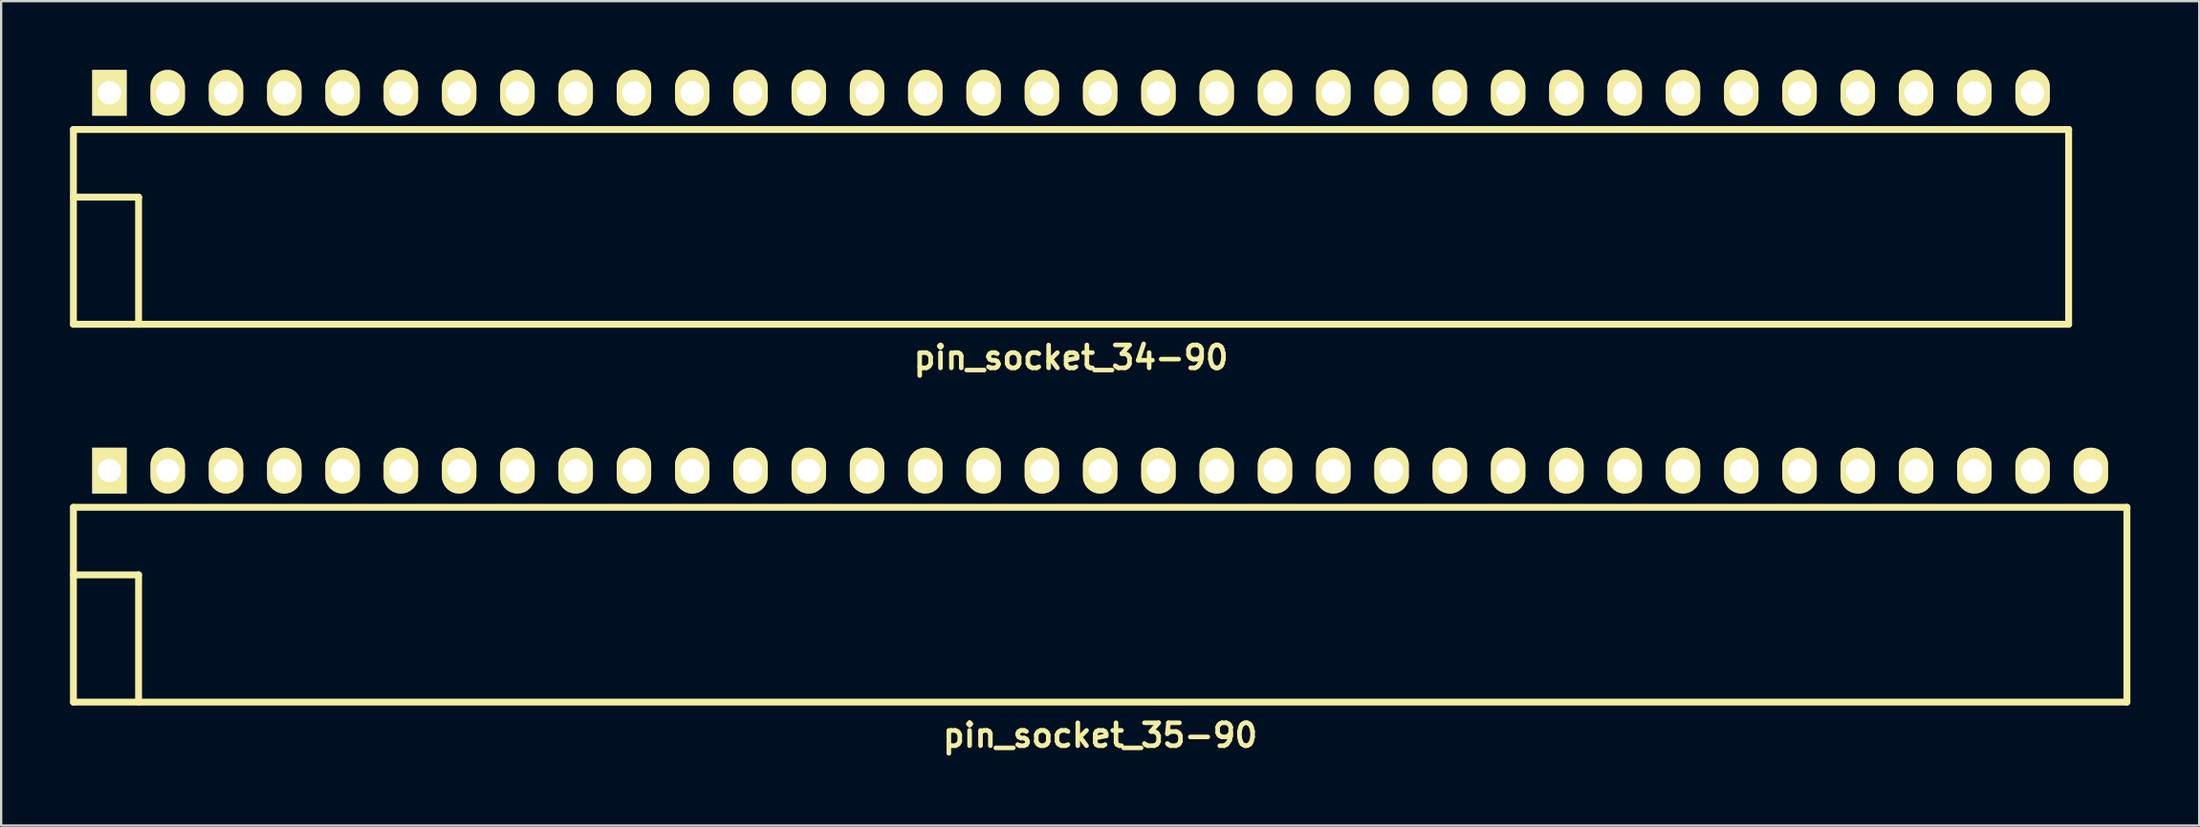
<source format=kicad_pcb>
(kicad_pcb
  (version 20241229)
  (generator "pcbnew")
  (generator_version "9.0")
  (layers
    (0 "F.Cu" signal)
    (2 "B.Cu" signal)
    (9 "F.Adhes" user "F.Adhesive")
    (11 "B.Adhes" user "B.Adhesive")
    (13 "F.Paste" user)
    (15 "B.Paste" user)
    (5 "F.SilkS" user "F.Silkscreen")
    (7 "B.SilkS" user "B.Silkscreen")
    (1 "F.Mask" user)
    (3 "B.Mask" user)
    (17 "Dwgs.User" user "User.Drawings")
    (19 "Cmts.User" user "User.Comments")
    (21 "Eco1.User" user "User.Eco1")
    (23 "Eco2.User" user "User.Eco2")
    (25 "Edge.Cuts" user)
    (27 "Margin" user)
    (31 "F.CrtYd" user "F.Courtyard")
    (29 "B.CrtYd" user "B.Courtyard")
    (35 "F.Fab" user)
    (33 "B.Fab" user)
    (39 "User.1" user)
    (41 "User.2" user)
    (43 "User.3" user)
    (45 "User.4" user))
  (footprint "pin_socket_34-90"
    (layer "F.Cu")
    (at 43.63 5.55)
    (property "Reference" "pin_socket_34-90" (at 0 7 0) (layer "F.SilkS") (effects (font (size 1 1) (thickness 0.2))))
    (attr through_hole)
    (fp_line (start -43.48 -2.95) (end -43.48 5.55) (stroke (width 0.3) (type solid)) (layer "F.SilkS"))
    (fp_line (start -43.48 -2.95) (end 43.48 -2.95) (stroke (width 0.3) (type solid)) (layer "F.SilkS"))
    (fp_line (start -43.48 0) (end -40.64 0) (stroke (width 0.3) (type solid)) (layer "F.SilkS"))
    (fp_line (start -43.48 5.55) (end 43.48 5.55) (stroke (width 0.3) (type solid)) (layer "F.SilkS"))
    (fp_line (start -40.64 0) (end -40.64 5.55) (stroke (width 0.3) (type solid)) (layer "F.SilkS"))
    (fp_line (start 43.48 -2.95) (end 43.48 5.55) (stroke (width 0.3) (type solid)) (layer "F.SilkS"))
    (pad "1" thru_hole rect (at -41.91 -4.55) (size 1.5 2) (drill 1.02) (layers "*.Cu" "*.Mask" "F.SilkS"))
    (pad "2" thru_hole oval (at -39.37 -4.55) (size 1.5 2) (drill 1.02) (layers "*.Cu" "*.Mask" "F.SilkS"))
    (pad "3" thru_hole oval (at -36.83 -4.55) (size 1.5 2) (drill 1.02) (layers "*.Cu" "*.Mask" "F.SilkS"))
    (pad "4" thru_hole oval (at -34.29 -4.55) (size 1.5 2) (drill 1.02) (layers "*.Cu" "*.Mask" "F.SilkS"))
    (pad "5" thru_hole oval (at -31.75 -4.55) (size 1.5 2) (drill 1.02) (layers "*.Cu" "*.Mask" "F.SilkS"))
    (pad "6" thru_hole oval (at -29.21 -4.55) (size 1.5 2) (drill 1.02) (layers "*.Cu" "*.Mask" "F.SilkS"))
    (pad "7" thru_hole oval (at -26.67 -4.55) (size 1.5 2) (drill 1.02) (layers "*.Cu" "*.Mask" "F.SilkS"))
    (pad "8" thru_hole oval (at -24.13 -4.55) (size 1.5 2) (drill 1.02) (layers "*.Cu" "*.Mask" "F.SilkS"))
    (pad "9" thru_hole oval (at -21.59 -4.55) (size 1.5 2) (drill 1.02) (layers "*.Cu" "*.Mask" "F.SilkS"))
    (pad "10" thru_hole oval (at -19.05 -4.55) (size 1.5 2) (drill 1.02) (layers "*.Cu" "*.Mask" "F.SilkS"))
    (pad "12" thru_hole oval (at -13.97 -4.55) (size 1.5 2) (drill 1.02) (layers "*.Cu" "*.Mask" "F.SilkS"))
    (pad "13" thru_hole oval (at -11.43 -4.55) (size 1.5 2) (drill 1.02) (layers "*.Cu" "*.Mask" "F.SilkS"))
    (pad "14" thru_hole oval (at -8.89 -4.55) (size 1.5 2) (drill 1.02) (layers "*.Cu" "*.Mask" "F.SilkS"))
    (pad "15" thru_hole oval (at -6.35 -4.55) (size 1.5 2) (drill 1.02) (layers "*.Cu" "*.Mask" "F.SilkS"))
    (pad "16" thru_hole oval (at -3.81 -4.55) (size 1.5 2) (drill 1.02) (layers "*.Cu" "*.Mask" "F.SilkS"))
    (pad "17" thru_hole oval (at -1.27 -4.55) (size 1.5 2) (drill 1.02) (layers "*.Cu" "*.Mask" "F.SilkS"))
    (pad "18" thru_hole oval (at 1.27 -4.55) (size 1.5 2) (drill 1.02) (layers "*.Cu" "*.Mask" "F.SilkS"))
    (pad "19" thru_hole oval (at 3.81 -4.55) (size 1.5 2) (drill 1.02) (layers "*.Cu" "*.Mask" "F.SilkS"))
    (pad "20" thru_hole oval (at 6.35 -4.55) (size 1.5 2) (drill 1.02) (layers "*.Cu" "*.Mask" "F.SilkS"))
    (pad "21" thru_hole oval (at 8.89 -4.55) (size 1.5 2) (drill 1.02) (layers "*.Cu" "*.Mask" "F.SilkS"))
    (pad "22" thru_hole oval (at 11.43 -4.55) (size 1.5 2) (drill 1.02) (layers "*.Cu" "*.Mask" "F.SilkS"))
    (pad "23" thru_hole oval (at 13.97 -4.55) (size 1.5 2) (drill 1.02) (layers "*.Cu" "*.Mask" "F.SilkS"))
    (pad "24" thru_hole oval (at 16.51 -4.55) (size 1.5 2) (drill 1.02) (layers "*.Cu" "*.Mask" "F.SilkS"))
    (pad "25" thru_hole oval (at 19.05 -4.55) (size 1.5 2) (drill 1.02) (layers "*.Cu" "*.Mask" "F.SilkS"))
    (pad "26" thru_hole oval (at 21.59 -4.55) (size 1.5 2) (drill 1.02) (layers "*.Cu" "*.Mask" "F.SilkS"))
    (pad "27" thru_hole oval (at 24.13 -4.55) (size 1.5 2) (drill 1.02) (layers "*.Cu" "*.Mask" "F.SilkS"))
    (pad "28" thru_hole oval (at 26.67 -4.55) (size 1.5 2) (drill 1.02) (layers "*.Cu" "*.Mask" "F.SilkS"))
    (pad "29" thru_hole oval (at 29.21 -4.55) (size 1.5 2) (drill 1.02) (layers "*.Cu" "*.Mask" "F.SilkS"))
    (pad "30" thru_hole oval (at 31.75 -4.55) (size 1.5 2) (drill 1.02) (layers "*.Cu" "*.Mask" "F.SilkS"))
    (pad "31" thru_hole oval (at 34.29 -4.55) (size 1.5 2) (drill 1.02) (layers "*.Cu" "*.Mask" "F.SilkS"))
    (pad "32" thru_hole oval (at 36.83 -4.55) (size 1.5 2) (drill 1.02) (layers "*.Cu" "*.Mask" "F.SilkS"))
    (pad "33" thru_hole oval (at 39.37 -4.55) (size 1.5 2) (drill 1.02) (layers "*.Cu" "*.Mask" "F.SilkS"))
    (pad "34" thru_hole oval (at 41.91 -4.55) (size 1.5 2) (drill 1.02) (layers "*.Cu" "*.Mask" "F.SilkS"))
    (pad "1121" thru_hole oval (at -16.51 -4.55) (size 1.5 2) (drill 1.02) (layers "*.Cu" "*.Mask" "F.SilkS")))
  (footprint "pin_socket_35-90"
    (layer "F.Cu")
    (at 44.9 22.036)
    (property "Reference" "pin_socket_35-90" (at 0 7 0) (layer "F.SilkS") (effects (font (size 1 1) (thickness 0.2))))
    (attr through_hole)
    (fp_line (start -44.75 -2.95) (end -44.75 5.55) (stroke (width 0.3) (type solid)) (layer "F.SilkS"))
    (fp_line (start -44.75 -2.95) (end 44.75 -2.95) (stroke (width 0.3) (type solid)) (layer "F.SilkS"))
    (fp_line (start -44.75 0) (end -41.91 0) (stroke (width 0.3) (type solid)) (layer "F.SilkS"))
    (fp_line (start -44.75 5.55) (end 44.75 5.55) (stroke (width 0.3) (type solid)) (layer "F.SilkS"))
    (fp_line (start -41.91 0) (end -41.91 5.55) (stroke (width 0.3) (type solid)) (layer "F.SilkS"))
    (fp_line (start 44.75 -2.95) (end 44.75 5.55) (stroke (width 0.3) (type solid)) (layer "F.SilkS"))
    (pad "1" thru_hole rect (at -43.18 -4.55) (size 1.5 2) (drill 1.02) (layers "*.Cu" "*.Mask" "F.SilkS"))
    (pad "2" thru_hole oval (at -40.64 -4.55) (size 1.5 2) (drill 1.02) (layers "*.Cu" "*.Mask" "F.SilkS"))
    (pad "3" thru_hole oval (at -38.1 -4.55) (size 1.5 2) (drill 1.02) (layers "*.Cu" "*.Mask" "F.SilkS"))
    (pad "4" thru_hole oval (at -35.56 -4.55) (size 1.5 2) (drill 1.02) (layers "*.Cu" "*.Mask" "F.SilkS"))
    (pad "5" thru_hole oval (at -33.02 -4.55) (size 1.5 2) (drill 1.02) (layers "*.Cu" "*.Mask" "F.SilkS"))
    (pad "6" thru_hole oval (at -30.48 -4.55) (size 1.5 2) (drill 1.02) (layers "*.Cu" "*.Mask" "F.SilkS"))
    (pad "7" thru_hole oval (at -27.94 -4.55) (size 1.5 2) (drill 1.02) (layers "*.Cu" "*.Mask" "F.SilkS"))
    (pad "8" thru_hole oval (at -25.4 -4.55) (size 1.5 2) (drill 1.02) (layers "*.Cu" "*.Mask" "F.SilkS"))
    (pad "9" thru_hole oval (at -22.86 -4.55) (size 1.5 2) (drill 1.02) (layers "*.Cu" "*.Mask" "F.SilkS"))
    (pad "10" thru_hole oval (at -20.32 -4.55) (size 1.5 2) (drill 1.02) (layers "*.Cu" "*.Mask" "F.SilkS"))
    (pad "12" thru_hole oval (at -15.24 -4.55) (size 1.5 2) (drill 1.02) (layers "*.Cu" "*.Mask" "F.SilkS"))
    (pad "13" thru_hole oval (at -12.7 -4.55) (size 1.5 2) (drill 1.02) (layers "*.Cu" "*.Mask" "F.SilkS"))
    (pad "14" thru_hole oval (at -10.16 -4.55) (size 1.5 2) (drill 1.02) (layers "*.Cu" "*.Mask" "F.SilkS"))
    (pad "15" thru_hole oval (at -7.62 -4.55) (size 1.5 2) (drill 1.02) (layers "*.Cu" "*.Mask" "F.SilkS"))
    (pad "16" thru_hole oval (at -5.08 -4.55) (size 1.5 2) (drill 1.02) (layers "*.Cu" "*.Mask" "F.SilkS"))
    (pad "17" thru_hole oval (at -2.54 -4.55) (size 1.5 2) (drill 1.02) (layers "*.Cu" "*.Mask" "F.SilkS"))
    (pad "18" thru_hole oval (at 0 -4.55) (size 1.5 2) (drill 1.02) (layers "*.Cu" "*.Mask" "F.SilkS"))
    (pad "19" thru_hole oval (at 2.54 -4.55) (size 1.5 2) (drill 1.02) (layers "*.Cu" "*.Mask" "F.SilkS"))
    (pad "20" thru_hole oval (at 5.08 -4.55) (size 1.5 2) (drill 1.02) (layers "*.Cu" "*.Mask" "F.SilkS"))
    (pad "21" thru_hole oval (at 7.62 -4.55) (size 1.5 2) (drill 1.02) (layers "*.Cu" "*.Mask" "F.SilkS"))
    (pad "22" thru_hole oval (at 10.16 -4.55) (size 1.5 2) (drill 1.02) (layers "*.Cu" "*.Mask" "F.SilkS"))
    (pad "23" thru_hole oval (at 12.7 -4.55) (size 1.5 2) (drill 1.02) (layers "*.Cu" "*.Mask" "F.SilkS"))
    (pad "24" thru_hole oval (at 15.24 -4.55) (size 1.5 2) (drill 1.02) (layers "*.Cu" "*.Mask" "F.SilkS"))
    (pad "25" thru_hole oval (at 17.78 -4.55) (size 1.5 2) (drill 1.02) (layers "*.Cu" "*.Mask" "F.SilkS"))
    (pad "26" thru_hole oval (at 20.32 -4.55) (size 1.5 2) (drill 1.02) (layers "*.Cu" "*.Mask" "F.SilkS"))
    (pad "27" thru_hole oval (at 22.86 -4.55) (size 1.5 2) (drill 1.02) (layers "*.Cu" "*.Mask" "F.SilkS"))
    (pad "28" thru_hole oval (at 25.4 -4.55) (size 1.5 2) (drill 1.02) (layers "*.Cu" "*.Mask" "F.SilkS"))
    (pad "29" thru_hole oval (at 27.94 -4.55) (size 1.5 2) (drill 1.02) (layers "*.Cu" "*.Mask" "F.SilkS"))
    (pad "30" thru_hole oval (at 30.48 -4.55) (size 1.5 2) (drill 1.02) (layers "*.Cu" "*.Mask" "F.SilkS"))
    (pad "31" thru_hole oval (at 33.02 -4.55) (size 1.5 2) (drill 1.02) (layers "*.Cu" "*.Mask" "F.SilkS"))
    (pad "32" thru_hole oval (at 35.56 -4.55) (size 1.5 2) (drill 1.02) (layers "*.Cu" "*.Mask" "F.SilkS"))
    (pad "33" thru_hole oval (at 38.1 -4.55) (size 1.5 2) (drill 1.02) (layers "*.Cu" "*.Mask" "F.SilkS"))
    (pad "34" thru_hole oval (at 40.64 -4.55) (size 1.5 2) (drill 1.02) (layers "*.Cu" "*.Mask" "F.SilkS"))
    (pad "35" thru_hole oval (at 43.18 -4.55) (size 1.5 2) (drill 1.02) (layers "*.Cu" "*.Mask" "F.SilkS"))
    (pad "1121" thru_hole oval (at -17.78 -4.55) (size 1.5 2) (drill 1.02) (layers "*.Cu" "*.Mask" "F.SilkS")))
  (gr_rect
    (start -3 -3)
    (end 92.8 32.972)
    (stroke (width 0.1) (type default))
    (fill no)
    (layer "Edge.Cuts")))
</source>
